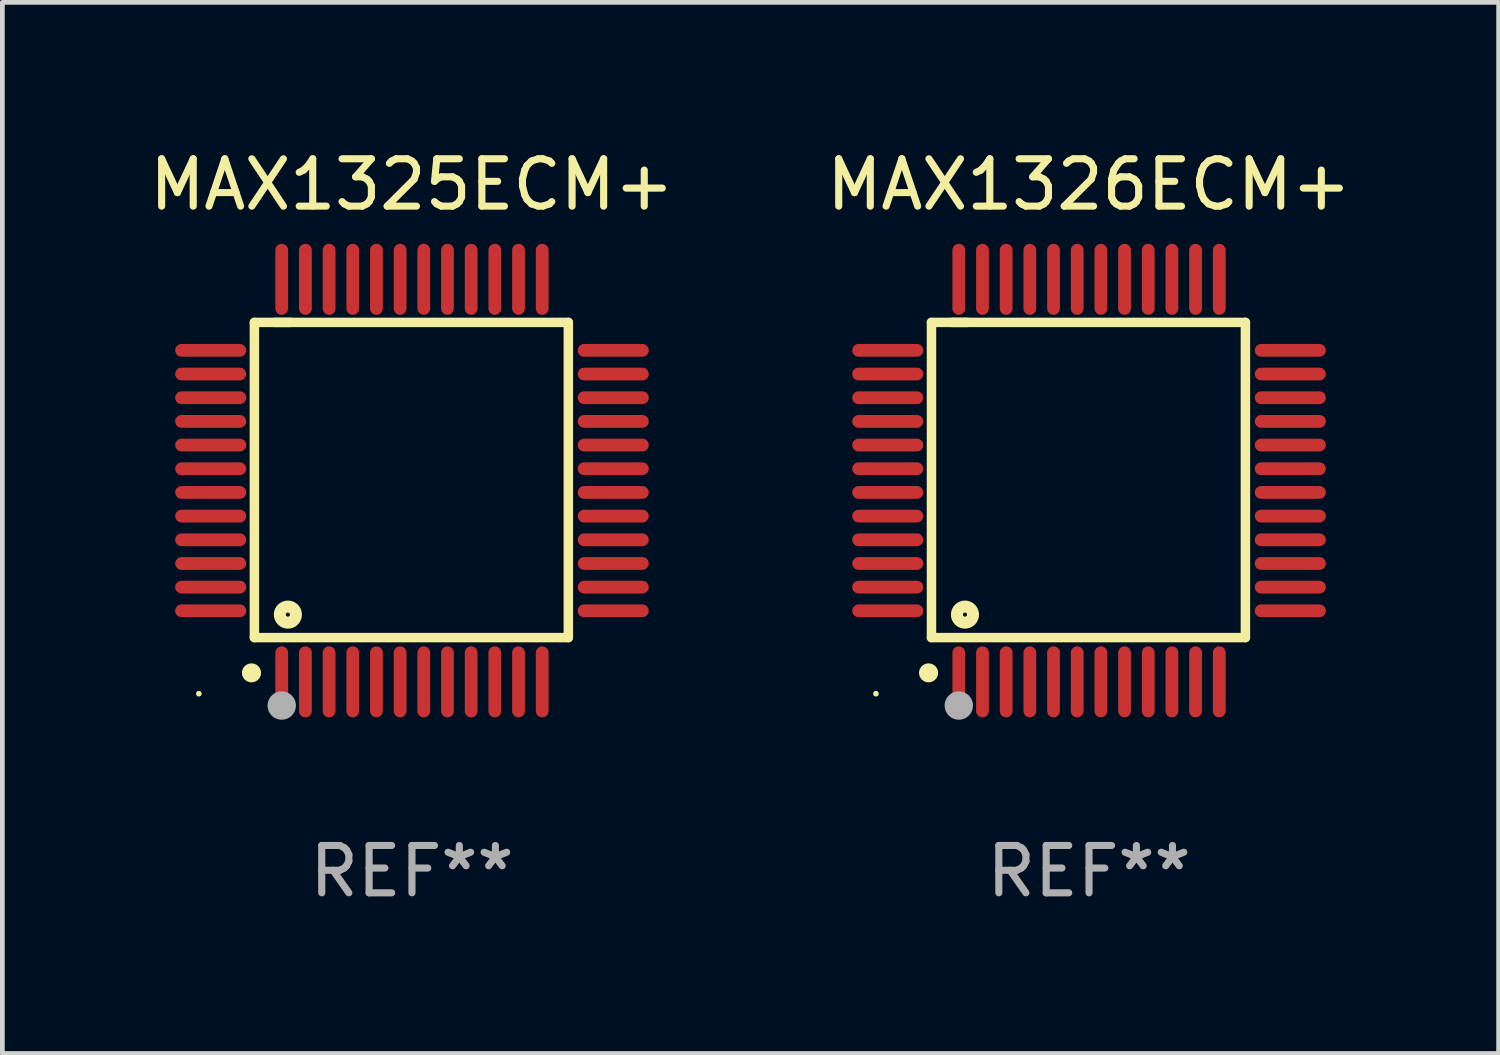
<source format=kicad_pcb>
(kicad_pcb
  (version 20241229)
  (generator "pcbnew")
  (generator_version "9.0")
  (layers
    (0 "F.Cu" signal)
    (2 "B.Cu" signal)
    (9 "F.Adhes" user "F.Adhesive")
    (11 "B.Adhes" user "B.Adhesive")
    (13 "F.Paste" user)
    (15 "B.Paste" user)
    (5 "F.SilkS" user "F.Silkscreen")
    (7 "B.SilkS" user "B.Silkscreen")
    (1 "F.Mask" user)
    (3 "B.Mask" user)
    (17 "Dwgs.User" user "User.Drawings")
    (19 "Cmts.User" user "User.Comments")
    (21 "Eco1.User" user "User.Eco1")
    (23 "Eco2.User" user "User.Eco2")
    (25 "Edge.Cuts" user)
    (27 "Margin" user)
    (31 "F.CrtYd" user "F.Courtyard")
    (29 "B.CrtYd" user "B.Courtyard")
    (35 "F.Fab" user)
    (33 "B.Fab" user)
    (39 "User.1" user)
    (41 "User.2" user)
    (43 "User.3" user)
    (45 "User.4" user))
  (footprint "MAX1326ECM+"
    (layer "F.Cu")
    (at 19.946 7.098)
    (property "Reference" "MAX1326ECM+" (at 0 -6.25 0) (layer "F.SilkS") (effects (font (size 1 1) (thickness 0.15))))
    (attr through_hole)
    (fp_line (start -3.327 -3.34) (end -2.565 -3.34) (stroke (width 0.2) (type solid)) (layer "F.SilkS"))
    (fp_line (start -3.327 3.315) (end -3.327 -3.34) (stroke (width 0.2) (type solid)) (layer "F.SilkS"))
    (fp_line (start -2.896 -3.34) (end 3.302 -3.34) (stroke (width 0.2) (type solid)) (layer "F.SilkS"))
    (fp_line (start 3.302 -3.34) (end 3.302 3.315) (stroke (width 0.2) (type solid)) (layer "F.SilkS"))
    (fp_line (start 3.302 3.315) (end -3.327 3.315) (stroke (width 0.2) (type solid)) (layer "F.SilkS"))
    (fp_arc (start -3.389992 4.059995) (mid -3.388722 4.059991) (end -3.387452 4.059995) (stroke (width 0.4) (type solid)) (layer "F.SilkS"))
    (fp_circle (center -4.5 4.5) (end -4.47 4.5) (stroke (width 0.06) (type solid)) (fill no) (layer "F.SilkS"))
    (fp_circle (center -2.62 2.83) (end -2.45 2.83) (stroke (width 0.254) (type solid)) (fill no) (layer "F.SilkS"))
    (fp_circle (center -2.75 4.75) (end -2.6 4.75) (stroke (width 0.3) (type solid)) (fill no) (layer "F.Fab"))
    (fp_text user "REF**" (at 0 8.25 0) (layer "F.Fab") (effects (font (size 1 1) (thickness 0.15))))
    (pad "1" smd oval (at -2.75 4.25) (size 0.27 1.5) (layers "F.Cu" "F.Mask" "F.Paste"))
    (pad "2" smd oval (at -2.25 4.25) (size 0.27 1.5) (layers "F.Cu" "F.Mask" "F.Paste"))
    (pad "3" smd oval (at -1.75 4.25) (size 0.27 1.5) (layers "F.Cu" "F.Mask" "F.Paste"))
    (pad "4" smd oval (at -1.25 4.25) (size 0.27 1.5) (layers "F.Cu" "F.Mask" "F.Paste"))
    (pad "5" smd oval (at -0.75 4.25) (size 0.27 1.5) (layers "F.Cu" "F.Mask" "F.Paste"))
    (pad "6" smd oval (at -0.25 4.25) (size 0.27 1.5) (layers "F.Cu" "F.Mask" "F.Paste"))
    (pad "7" smd oval (at 0.25 4.25) (size 0.27 1.5) (layers "F.Cu" "F.Mask" "F.Paste"))
    (pad "8" smd oval (at 0.75 4.25) (size 0.27 1.5) (layers "F.Cu" "F.Mask" "F.Paste"))
    (pad "9" smd oval (at 1.25 4.25) (size 0.27 1.5) (layers "F.Cu" "F.Mask" "F.Paste"))
    (pad "10" smd oval (at 1.75 4.25) (size 0.27 1.5) (layers "F.Cu" "F.Mask" "F.Paste"))
    (pad "11" smd oval (at 2.25 4.25) (size 0.27 1.5) (layers "F.Cu" "F.Mask" "F.Paste"))
    (pad "12" smd oval (at 2.75 4.25) (size 0.27 1.5) (layers "F.Cu" "F.Mask" "F.Paste"))
    (pad "13" smd oval (at 4.25 2.75) (size 1.5 0.27) (layers "F.Cu" "F.Mask" "F.Paste"))
    (pad "14" smd oval (at 4.25 2.25) (size 1.5 0.27) (layers "F.Cu" "F.Mask" "F.Paste"))
    (pad "15" smd oval (at 4.25 1.75) (size 1.5 0.27) (layers "F.Cu" "F.Mask" "F.Paste"))
    (pad "16" smd oval (at 4.25 1.25) (size 1.5 0.27) (layers "F.Cu" "F.Mask" "F.Paste"))
    (pad "17" smd oval (at 4.25 0.75) (size 1.5 0.27) (layers "F.Cu" "F.Mask" "F.Paste"))
    (pad "18" smd oval (at 4.25 0.25) (size 1.5 0.27) (layers "F.Cu" "F.Mask" "F.Paste"))
    (pad "19" smd oval (at 4.25 -0.25) (size 1.5 0.27) (layers "F.Cu" "F.Mask" "F.Paste"))
    (pad "20" smd oval (at 4.25 -0.75) (size 1.5 0.27) (layers "F.Cu" "F.Mask" "F.Paste"))
    (pad "21" smd oval (at 4.25 -1.25) (size 1.5 0.27) (layers "F.Cu" "F.Mask" "F.Paste"))
    (pad "22" smd oval (at 4.25 -1.75) (size 1.5 0.27) (layers "F.Cu" "F.Mask" "F.Paste"))
    (pad "23" smd oval (at 4.25 -2.25) (size 1.5 0.27) (layers "F.Cu" "F.Mask" "F.Paste"))
    (pad "24" smd oval (at 4.25 -2.75) (size 1.5 0.27) (layers "F.Cu" "F.Mask" "F.Paste"))
    (pad "25" smd oval (at 2.75 -4.25) (size 0.27 1.5) (layers "F.Cu" "F.Mask" "F.Paste"))
    (pad "26" smd oval (at 2.25 -4.25) (size 0.27 1.5) (layers "F.Cu" "F.Mask" "F.Paste"))
    (pad "27" smd oval (at 1.75 -4.25) (size 0.27 1.5) (layers "F.Cu" "F.Mask" "F.Paste"))
    (pad "28" smd oval (at 1.25 -4.25) (size 0.27 1.5) (layers "F.Cu" "F.Mask" "F.Paste"))
    (pad "29" smd oval (at 0.75 -4.25) (size 0.27 1.5) (layers "F.Cu" "F.Mask" "F.Paste"))
    (pad "30" smd oval (at 0.25 -4.25) (size 0.27 1.5) (layers "F.Cu" "F.Mask" "F.Paste"))
    (pad "31" smd oval (at -0.25 -4.25) (size 0.27 1.5) (layers "F.Cu" "F.Mask" "F.Paste"))
    (pad "32" smd oval (at -0.75 -4.25) (size 0.27 1.5) (layers "F.Cu" "F.Mask" "F.Paste"))
    (pad "33" smd oval (at -1.25 -4.25) (size 0.27 1.5) (layers "F.Cu" "F.Mask" "F.Paste"))
    (pad "34" smd oval (at -1.75 -4.25) (size 0.27 1.5) (layers "F.Cu" "F.Mask" "F.Paste"))
    (pad "35" smd oval (at -2.25 -4.25) (size 0.27 1.5) (layers "F.Cu" "F.Mask" "F.Paste"))
    (pad "36" smd oval (at -2.75 -4.25) (size 0.27 1.5) (layers "F.Cu" "F.Mask" "F.Paste"))
    (pad "37" smd oval (at -4.25 -2.75) (size 1.5 0.27) (layers "F.Cu" "F.Mask" "F.Paste"))
    (pad "38" smd oval (at -4.25 -2.25) (size 1.5 0.27) (layers "F.Cu" "F.Mask" "F.Paste"))
    (pad "39" smd oval (at -4.25 -1.75) (size 1.5 0.27) (layers "F.Cu" "F.Mask" "F.Paste"))
    (pad "40" smd oval (at -4.25 -1.25) (size 1.5 0.27) (layers "F.Cu" "F.Mask" "F.Paste"))
    (pad "41" smd oval (at -4.25 -0.75) (size 1.5 0.27) (layers "F.Cu" "F.Mask" "F.Paste"))
    (pad "42" smd oval (at -4.25 -0.25) (size 1.5 0.27) (layers "F.Cu" "F.Mask" "F.Paste"))
    (pad "43" smd oval (at -4.25 0.25) (size 1.5 0.27) (layers "F.Cu" "F.Mask" "F.Paste"))
    (pad "44" smd oval (at -4.25 0.75) (size 1.5 0.27) (layers "F.Cu" "F.Mask" "F.Paste"))
    (pad "45" smd oval (at -4.25 1.25) (size 1.5 0.27) (layers "F.Cu" "F.Mask" "F.Paste"))
    (pad "46" smd oval (at -4.25 1.75) (size 1.5 0.27) (layers "F.Cu" "F.Mask" "F.Paste"))
    (pad "47" smd oval (at -4.25 2.25) (size 1.5 0.27) (layers "F.Cu" "F.Mask" "F.Paste"))
    (pad "48" smd oval (at -4.25 2.75) (size 1.5 0.27) (layers "F.Cu" "F.Mask" "F.Paste")))
  (footprint "MAX1325ECM+"
    (layer "F.Cu")
    (at 5.649 7.098)
    (property "Reference" "MAX1325ECM+" (at 0 -6.25 0) (layer "F.SilkS") (effects (font (size 1 1) (thickness 0.15))))
    (attr through_hole)
    (fp_line (start -3.327 -3.34) (end -2.565 -3.34) (stroke (width 0.2) (type solid)) (layer "F.SilkS"))
    (fp_line (start -3.327 3.315) (end -3.327 -3.34) (stroke (width 0.2) (type solid)) (layer "F.SilkS"))
    (fp_line (start -2.896 -3.34) (end 3.302 -3.34) (stroke (width 0.2) (type solid)) (layer "F.SilkS"))
    (fp_line (start 3.302 -3.34) (end 3.302 3.315) (stroke (width 0.2) (type solid)) (layer "F.SilkS"))
    (fp_line (start 3.302 3.315) (end -3.327 3.315) (stroke (width 0.2) (type solid)) (layer "F.SilkS"))
    (fp_arc (start -3.389992 4.059995) (mid -3.388722 4.059991) (end -3.387452 4.059995) (stroke (width 0.4) (type solid)) (layer "F.SilkS"))
    (fp_circle (center -4.5 4.5) (end -4.47 4.5) (stroke (width 0.06) (type solid)) (fill no) (layer "F.SilkS"))
    (fp_circle (center -2.62 2.83) (end -2.45 2.83) (stroke (width 0.254) (type solid)) (fill no) (layer "F.SilkS"))
    (fp_circle (center -2.75 4.75) (end -2.6 4.75) (stroke (width 0.3) (type solid)) (fill no) (layer "F.Fab"))
    (fp_text user "REF**" (at 0 8.25 0) (layer "F.Fab") (effects (font (size 1 1) (thickness 0.15))))
    (pad "1" smd oval (at -2.75 4.25) (size 0.27 1.5) (layers "F.Cu" "F.Mask" "F.Paste"))
    (pad "2" smd oval (at -2.25 4.25) (size 0.27 1.5) (layers "F.Cu" "F.Mask" "F.Paste"))
    (pad "3" smd oval (at -1.75 4.25) (size 0.27 1.5) (layers "F.Cu" "F.Mask" "F.Paste"))
    (pad "4" smd oval (at -1.25 4.25) (size 0.27 1.5) (layers "F.Cu" "F.Mask" "F.Paste"))
    (pad "5" smd oval (at -0.75 4.25) (size 0.27 1.5) (layers "F.Cu" "F.Mask" "F.Paste"))
    (pad "6" smd oval (at -0.25 4.25) (size 0.27 1.5) (layers "F.Cu" "F.Mask" "F.Paste"))
    (pad "7" smd oval (at 0.25 4.25) (size 0.27 1.5) (layers "F.Cu" "F.Mask" "F.Paste"))
    (pad "8" smd oval (at 0.75 4.25) (size 0.27 1.5) (layers "F.Cu" "F.Mask" "F.Paste"))
    (pad "9" smd oval (at 1.25 4.25) (size 0.27 1.5) (layers "F.Cu" "F.Mask" "F.Paste"))
    (pad "10" smd oval (at 1.75 4.25) (size 0.27 1.5) (layers "F.Cu" "F.Mask" "F.Paste"))
    (pad "11" smd oval (at 2.25 4.25) (size 0.27 1.5) (layers "F.Cu" "F.Mask" "F.Paste"))
    (pad "12" smd oval (at 2.75 4.25) (size 0.27 1.5) (layers "F.Cu" "F.Mask" "F.Paste"))
    (pad "13" smd oval (at 4.25 2.75) (size 1.5 0.27) (layers "F.Cu" "F.Mask" "F.Paste"))
    (pad "14" smd oval (at 4.25 2.25) (size 1.5 0.27) (layers "F.Cu" "F.Mask" "F.Paste"))
    (pad "15" smd oval (at 4.25 1.75) (size 1.5 0.27) (layers "F.Cu" "F.Mask" "F.Paste"))
    (pad "16" smd oval (at 4.25 1.25) (size 1.5 0.27) (layers "F.Cu" "F.Mask" "F.Paste"))
    (pad "17" smd oval (at 4.25 0.75) (size 1.5 0.27) (layers "F.Cu" "F.Mask" "F.Paste"))
    (pad "18" smd oval (at 4.25 0.25) (size 1.5 0.27) (layers "F.Cu" "F.Mask" "F.Paste"))
    (pad "19" smd oval (at 4.25 -0.25) (size 1.5 0.27) (layers "F.Cu" "F.Mask" "F.Paste"))
    (pad "20" smd oval (at 4.25 -0.75) (size 1.5 0.27) (layers "F.Cu" "F.Mask" "F.Paste"))
    (pad "21" smd oval (at 4.25 -1.25) (size 1.5 0.27) (layers "F.Cu" "F.Mask" "F.Paste"))
    (pad "22" smd oval (at 4.25 -1.75) (size 1.5 0.27) (layers "F.Cu" "F.Mask" "F.Paste"))
    (pad "23" smd oval (at 4.25 -2.25) (size 1.5 0.27) (layers "F.Cu" "F.Mask" "F.Paste"))
    (pad "24" smd oval (at 4.25 -2.75) (size 1.5 0.27) (layers "F.Cu" "F.Mask" "F.Paste"))
    (pad "25" smd oval (at 2.75 -4.25) (size 0.27 1.5) (layers "F.Cu" "F.Mask" "F.Paste"))
    (pad "26" smd oval (at 2.25 -4.25) (size 0.27 1.5) (layers "F.Cu" "F.Mask" "F.Paste"))
    (pad "27" smd oval (at 1.75 -4.25) (size 0.27 1.5) (layers "F.Cu" "F.Mask" "F.Paste"))
    (pad "28" smd oval (at 1.25 -4.25) (size 0.27 1.5) (layers "F.Cu" "F.Mask" "F.Paste"))
    (pad "29" smd oval (at 0.75 -4.25) (size 0.27 1.5) (layers "F.Cu" "F.Mask" "F.Paste"))
    (pad "30" smd oval (at 0.25 -4.25) (size 0.27 1.5) (layers "F.Cu" "F.Mask" "F.Paste"))
    (pad "31" smd oval (at -0.25 -4.25) (size 0.27 1.5) (layers "F.Cu" "F.Mask" "F.Paste"))
    (pad "32" smd oval (at -0.75 -4.25) (size 0.27 1.5) (layers "F.Cu" "F.Mask" "F.Paste"))
    (pad "33" smd oval (at -1.25 -4.25) (size 0.27 1.5) (layers "F.Cu" "F.Mask" "F.Paste"))
    (pad "34" smd oval (at -1.75 -4.25) (size 0.27 1.5) (layers "F.Cu" "F.Mask" "F.Paste"))
    (pad "35" smd oval (at -2.25 -4.25) (size 0.27 1.5) (layers "F.Cu" "F.Mask" "F.Paste"))
    (pad "36" smd oval (at -2.75 -4.25) (size 0.27 1.5) (layers "F.Cu" "F.Mask" "F.Paste"))
    (pad "37" smd oval (at -4.25 -2.75) (size 1.5 0.27) (layers "F.Cu" "F.Mask" "F.Paste"))
    (pad "38" smd oval (at -4.25 -2.25) (size 1.5 0.27) (layers "F.Cu" "F.Mask" "F.Paste"))
    (pad "39" smd oval (at -4.25 -1.75) (size 1.5 0.27) (layers "F.Cu" "F.Mask" "F.Paste"))
    (pad "40" smd oval (at -4.25 -1.25) (size 1.5 0.27) (layers "F.Cu" "F.Mask" "F.Paste"))
    (pad "41" smd oval (at -4.25 -0.75) (size 1.5 0.27) (layers "F.Cu" "F.Mask" "F.Paste"))
    (pad "42" smd oval (at -4.25 -0.25) (size 1.5 0.27) (layers "F.Cu" "F.Mask" "F.Paste"))
    (pad "43" smd oval (at -4.25 0.25) (size 1.5 0.27) (layers "F.Cu" "F.Mask" "F.Paste"))
    (pad "44" smd oval (at -4.25 0.75) (size 1.5 0.27) (layers "F.Cu" "F.Mask" "F.Paste"))
    (pad "45" smd oval (at -4.25 1.25) (size 1.5 0.27) (layers "F.Cu" "F.Mask" "F.Paste"))
    (pad "46" smd oval (at -4.25 1.75) (size 1.5 0.27) (layers "F.Cu" "F.Mask" "F.Paste"))
    (pad "47" smd oval (at -4.25 2.25) (size 1.5 0.27) (layers "F.Cu" "F.Mask" "F.Paste"))
    (pad "48" smd oval (at -4.25 2.75) (size 1.5 0.27) (layers "F.Cu" "F.Mask" "F.Paste")))
  (gr_rect
    (start -3 -3)
    (end 28.595 19.196)
    (stroke (width 0.1) (type default))
    (fill no)
    (layer "Edge.Cuts")))
</source>
